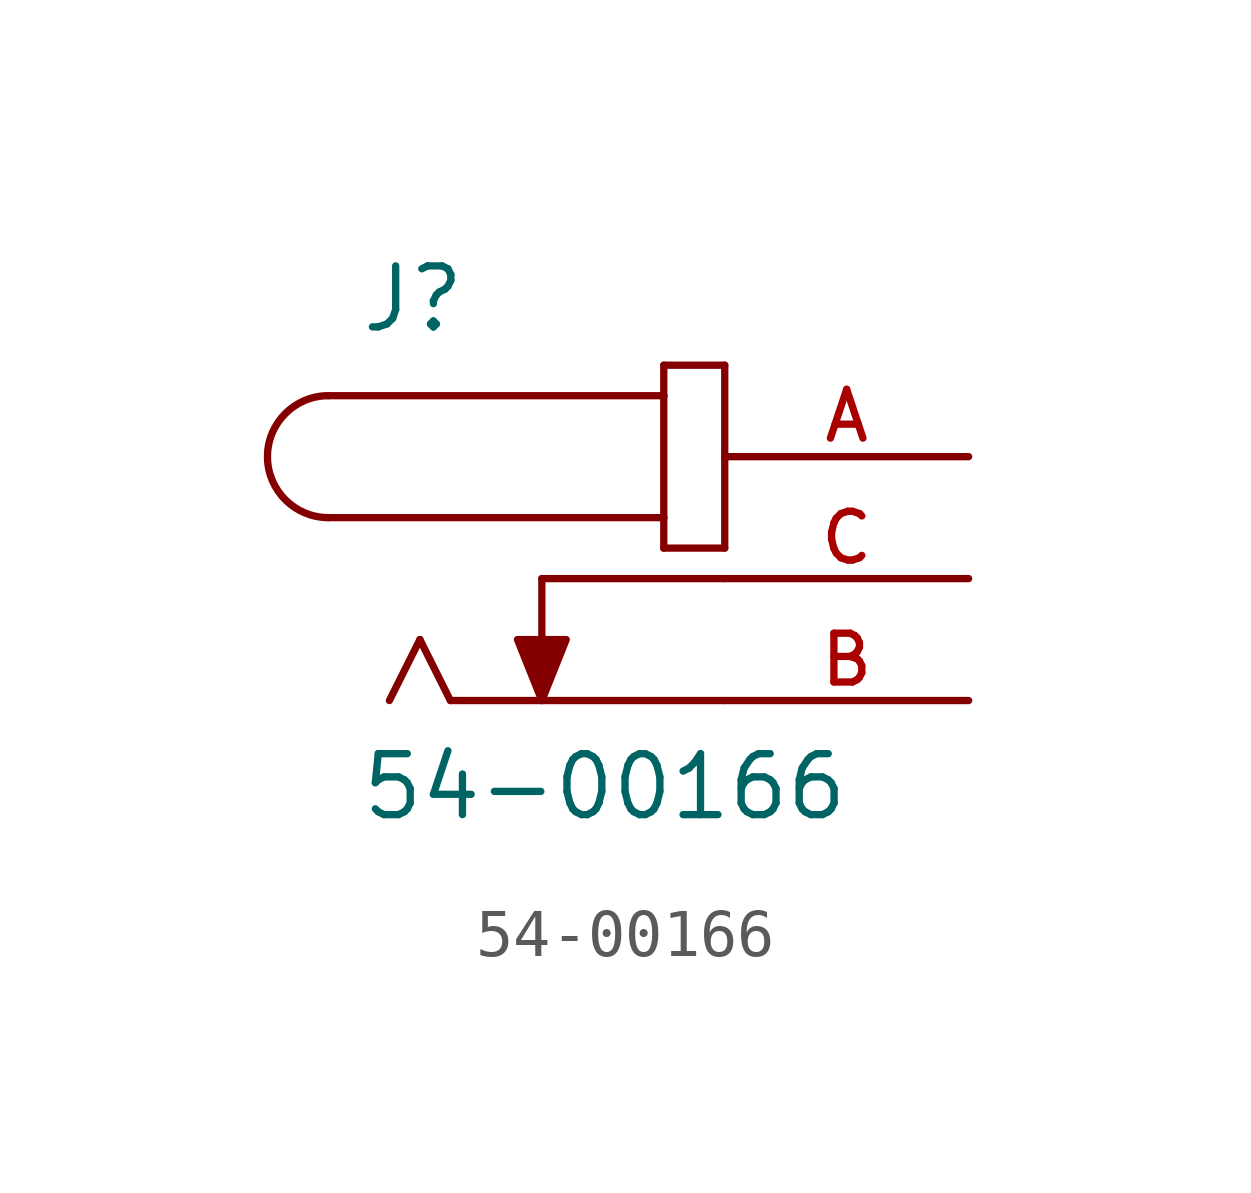
<source format=kicad_sym>
(kicad_symbol_lib
  (version 20211014)
  (generator kicad_symbol_editor)
  (symbol "54-00166"
    (pin_names
      (offset 1.016))
    (property "Reference" "J"
      (at -7.62 5.08 0)
      (effects (font (size 1.27 1.27)) (justify bottom left)))
    (property "Value" "54-00166"
      (at -7.62 -5.08 0)
      (effects (font (size 1.27 1.27)) (justify bottom left)))
    (symbol "54-00166_0_0"
      (arc (start -8.255 3.81) (mid -9.525 2.54) (end -8.255 1.27) (stroke (width 0.1524) (type default) (color 0 0 0 0)) (fill (type none)))
      (polyline (pts (xy -8.255 3.81) (xy -1.27 3.81)) (stroke (width 0.152)))
      (polyline (pts (xy -1.27 3.81) (xy -1.27 1.27)) (stroke (width 0.152)))
      (polyline (pts (xy -1.27 1.27) (xy -8.255 1.27)) (stroke (width 0.152)))
      (polyline (pts (xy -1.27 1.27) (xy -1.27 0.635)) (stroke (width 0.152)))
      (polyline (pts (xy -1.27 0.635) (xy 0.0 0.635)) (stroke (width 0.152)))
      (polyline (pts (xy 0.0 0.635) (xy 0.0 4.445)) (stroke (width 0.152)))
      (polyline (pts (xy 0.0 4.445) (xy -1.27 4.445)) (stroke (width 0.152)))
      (polyline (pts (xy -1.27 4.445) (xy -1.27 3.81)) (stroke (width 0.152)))
      (polyline (pts (xy -5.715 -2.54) (xy -6.35 -1.27)) (stroke (width 0.152)))
      (polyline (pts (xy -6.35 -1.27) (xy -6.985 -2.54)) (stroke (width 0.152)))
      (polyline (pts (xy -3.81 0.0) (xy -3.81 -2.54)) (stroke (width 0.152)))
      (polyline (pts (xy -3.81 -2.54) (xy -4.318 -1.27) (xy -3.302 -1.27) (xy -3.81 -2.54)) (stroke (width 0.152)) (fill (type outline)))
      (polyline (pts (xy 0.0 0.0) (xy -3.81 0.0)) (stroke (width 0.152)))
      (polyline (pts (xy 0.0 -2.54) (xy -5.715 -2.54)) (stroke (width 0.152)))
      (pin passive line (at 5.08 2.54 180.0) (length 5.08) (name "~" (effects (font (size 1.016 1.016)))) (number "A" (effects (font (size 1.016 1.016)))))
      (pin passive line (at 5.08 0.0 180.0) (length 5.08) (name "~" (effects (font (size 1.016 1.016)))) (number "C" (effects (font (size 1.016 1.016)))))
      (pin passive line (at 5.08 -2.54 180.0) (length 5.08) (name "~" (effects (font (size 1.016 1.016)))) (number "B" (effects (font (size 1.016 1.016))))))))
</source>
